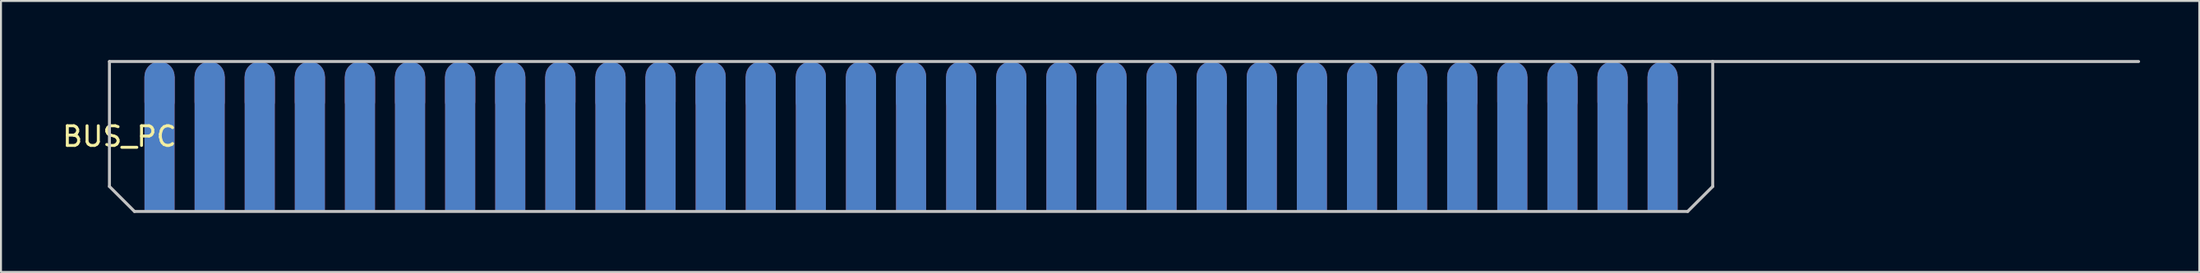
<source format=kicad_pcb>
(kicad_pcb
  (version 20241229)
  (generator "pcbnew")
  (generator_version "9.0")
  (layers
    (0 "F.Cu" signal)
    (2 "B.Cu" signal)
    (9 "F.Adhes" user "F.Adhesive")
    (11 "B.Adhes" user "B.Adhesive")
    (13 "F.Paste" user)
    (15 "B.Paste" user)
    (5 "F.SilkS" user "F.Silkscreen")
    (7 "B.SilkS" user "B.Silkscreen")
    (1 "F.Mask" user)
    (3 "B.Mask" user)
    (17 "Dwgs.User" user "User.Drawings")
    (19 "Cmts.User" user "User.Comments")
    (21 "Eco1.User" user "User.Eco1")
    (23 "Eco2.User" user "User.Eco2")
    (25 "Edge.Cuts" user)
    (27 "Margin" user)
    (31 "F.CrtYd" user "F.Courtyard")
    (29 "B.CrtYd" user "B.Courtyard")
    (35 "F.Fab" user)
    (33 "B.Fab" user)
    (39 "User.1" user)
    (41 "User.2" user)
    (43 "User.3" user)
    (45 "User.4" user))
  (footprint "BUS_PC"
    (layer "F.Cu")
    (at 43.138 3.886)
    (property "Reference" "BUS_PC" (at -40.132 0 0) (layer "F.SilkS") (effects (font (size 1 1) (thickness 0.15))))
    (attr through_hole)
    (fp_line (start -38.1 -3.048) (end -38.1 -1.778) (stroke (width 1.524) (type solid)) (layer "F.Cu"))
    (fp_line (start -35.56 -3.048) (end -35.56 -1.778) (stroke (width 1.524) (type solid)) (layer "F.Cu"))
    (fp_line (start -33.02 -3.048) (end -33.02 -1.778) (stroke (width 1.524) (type solid)) (layer "F.Cu"))
    (fp_line (start -30.48 -3.048) (end -30.48 -1.778) (stroke (width 1.524) (type solid)) (layer "F.Cu"))
    (fp_line (start -27.94 -3.048) (end -27.94 -1.778) (stroke (width 1.524) (type solid)) (layer "F.Cu"))
    (fp_line (start -25.4 -3.048) (end -25.4 -1.778) (stroke (width 1.524) (type solid)) (layer "F.Cu"))
    (fp_line (start -22.86 -3.048) (end -22.86 -1.778) (stroke (width 1.524) (type solid)) (layer "F.Cu"))
    (fp_line (start -20.32 -3.048) (end -20.32 -1.778) (stroke (width 1.524) (type solid)) (layer "F.Cu"))
    (fp_line (start -17.78 -3.048) (end -17.78 -1.778) (stroke (width 1.524) (type solid)) (layer "F.Cu"))
    (fp_line (start -15.24 -3.048) (end -15.24 -1.778) (stroke (width 1.524) (type solid)) (layer "F.Cu"))
    (fp_line (start -12.7 -3.048) (end -12.7 -1.778) (stroke (width 1.524) (type solid)) (layer "F.Cu"))
    (fp_line (start -10.16 -3.048) (end -10.16 -1.778) (stroke (width 1.524) (type solid)) (layer "F.Cu"))
    (fp_line (start -7.62 -3.048) (end -7.62 -1.778) (stroke (width 1.524) (type solid)) (layer "F.Cu"))
    (fp_line (start -5.08 -3.048) (end -5.08 -1.778) (stroke (width 1.524) (type solid)) (layer "F.Cu"))
    (fp_line (start -2.54 -3.048) (end -2.54 -1.778) (stroke (width 1.524) (type solid)) (layer "F.Cu"))
    (fp_line (start 0 -3.048) (end 0 -1.778) (stroke (width 1.524) (type solid)) (layer "F.Cu"))
    (fp_line (start 2.54 -3.048) (end 2.54 -1.778) (stroke (width 1.524) (type solid)) (layer "F.Cu"))
    (fp_line (start 5.08 -3.048) (end 5.08 -1.778) (stroke (width 1.524) (type solid)) (layer "F.Cu"))
    (fp_line (start 7.62 -3.048) (end 7.62 -1.778) (stroke (width 1.524) (type solid)) (layer "F.Cu"))
    (fp_line (start 10.16 -3.048) (end 10.16 -1.778) (stroke (width 1.524) (type solid)) (layer "F.Cu"))
    (fp_line (start 12.7 -3.048) (end 12.7 -1.778) (stroke (width 1.524) (type solid)) (layer "F.Cu"))
    (fp_line (start 15.24 -3.048) (end 15.24 -1.778) (stroke (width 1.524) (type solid)) (layer "F.Cu"))
    (fp_line (start 17.78 -3.048) (end 17.78 -1.778) (stroke (width 1.524) (type solid)) (layer "F.Cu"))
    (fp_line (start 20.32 -3.048) (end 20.32 -1.778) (stroke (width 1.524) (type solid)) (layer "F.Cu"))
    (fp_line (start 22.86 -3.048) (end 22.86 -1.778) (stroke (width 1.524) (type solid)) (layer "F.Cu"))
    (fp_line (start 25.4 -3.048) (end 25.4 -1.778) (stroke (width 1.524) (type solid)) (layer "F.Cu"))
    (fp_line (start 27.94 -3.048) (end 27.94 -1.778) (stroke (width 1.524) (type solid)) (layer "F.Cu"))
    (fp_line (start 30.48 -3.048) (end 30.48 -1.778) (stroke (width 1.524) (type solid)) (layer "F.Cu"))
    (fp_line (start 33.02 -3.048) (end 33.02 -1.778) (stroke (width 1.524) (type solid)) (layer "F.Cu"))
    (fp_line (start 35.56 -3.048) (end 35.56 -1.778) (stroke (width 1.524) (type solid)) (layer "F.Cu"))
    (fp_line (start 38.1 -3.048) (end 38.1 -1.778) (stroke (width 1.524) (type solid)) (layer "F.Cu"))
    (fp_line (start -38.1 -3.048) (end -38.1 -1.778) (stroke (width 1.524) (type solid)) (layer "B.Cu"))
    (fp_line (start -35.56 -3.048) (end -35.56 -1.778) (stroke (width 1.524) (type solid)) (layer "B.Cu"))
    (fp_line (start -33.02 -3.048) (end -33.02 -1.778) (stroke (width 1.524) (type solid)) (layer "B.Cu"))
    (fp_line (start -30.48 -3.048) (end -30.48 -1.778) (stroke (width 1.524) (type solid)) (layer "B.Cu"))
    (fp_line (start -27.94 -3.048) (end -27.94 -1.778) (stroke (width 1.524) (type solid)) (layer "B.Cu"))
    (fp_line (start -25.4 -3.048) (end -25.4 -1.778) (stroke (width 1.524) (type solid)) (layer "B.Cu"))
    (fp_line (start -22.86 -3.048) (end -22.86 -1.778) (stroke (width 1.524) (type solid)) (layer "B.Cu"))
    (fp_line (start -20.32 -3.048) (end -20.32 -1.778) (stroke (width 1.524) (type solid)) (layer "B.Cu"))
    (fp_line (start -17.78 -3.048) (end -17.78 -1.778) (stroke (width 1.524) (type solid)) (layer "B.Cu"))
    (fp_line (start -15.24 -3.048) (end -15.24 -1.778) (stroke (width 1.524) (type solid)) (layer "B.Cu"))
    (fp_line (start -12.7 -3.048) (end -12.7 -1.778) (stroke (width 1.524) (type solid)) (layer "B.Cu"))
    (fp_line (start -10.16 -3.048) (end -10.16 -1.778) (stroke (width 1.524) (type solid)) (layer "B.Cu"))
    (fp_line (start -7.62 -3.048) (end -7.62 -1.778) (stroke (width 1.524) (type solid)) (layer "B.Cu"))
    (fp_line (start -5.08 -3.048) (end -5.08 -1.778) (stroke (width 1.524) (type solid)) (layer "B.Cu"))
    (fp_line (start -2.54 -3.048) (end -2.54 -1.778) (stroke (width 1.524) (type solid)) (layer "B.Cu"))
    (fp_line (start 0 -3.048) (end 0 -1.778) (stroke (width 1.524) (type solid)) (layer "B.Cu"))
    (fp_line (start 2.54 -3.048) (end 2.54 -1.778) (stroke (width 1.524) (type solid)) (layer "B.Cu"))
    (fp_line (start 5.08 -3.048) (end 5.08 -1.778) (stroke (width 1.524) (type solid)) (layer "B.Cu"))
    (fp_line (start 7.62 -3.048) (end 7.62 -1.778) (stroke (width 1.524) (type solid)) (layer "B.Cu"))
    (fp_line (start 10.16 -3.048) (end 10.16 -1.778) (stroke (width 1.524) (type solid)) (layer "B.Cu"))
    (fp_line (start 12.7 -3.048) (end 12.7 -1.778) (stroke (width 1.524) (type solid)) (layer "B.Cu"))
    (fp_line (start 15.24 -3.048) (end 15.24 -1.778) (stroke (width 1.524) (type solid)) (layer "B.Cu"))
    (fp_line (start 17.78 -3.048) (end 17.78 -1.778) (stroke (width 1.524) (type solid)) (layer "B.Cu"))
    (fp_line (start 20.32 -3.048) (end 20.32 -1.778) (stroke (width 1.524) (type solid)) (layer "B.Cu"))
    (fp_line (start 22.86 -3.048) (end 22.86 -1.778) (stroke (width 1.524) (type solid)) (layer "B.Cu"))
    (fp_line (start 25.4 -3.048) (end 25.4 -1.778) (stroke (width 1.524) (type solid)) (layer "B.Cu"))
    (fp_line (start 27.94 -3.048) (end 27.94 -1.778) (stroke (width 1.524) (type solid)) (layer "B.Cu"))
    (fp_line (start 30.48 -3.048) (end 30.48 -1.778) (stroke (width 1.524) (type solid)) (layer "B.Cu"))
    (fp_line (start 33.02 -3.048) (end 33.02 -1.778) (stroke (width 1.524) (type solid)) (layer "B.Cu"))
    (fp_line (start 35.56 -3.048) (end 35.56 -1.778) (stroke (width 1.524) (type solid)) (layer "B.Cu"))
    (fp_line (start 38.1 -3.048) (end 38.1 -1.778) (stroke (width 1.524) (type solid)) (layer "B.Cu"))
    (fp_line (start -40.64 -3.81) (end 40.64 -3.81) (stroke (width 0.15) (type solid)) (layer "Dwgs.User"))
    (fp_line (start -40.64 2.54) (end -40.64 -3.81) (stroke (width 0.15) (type solid)) (layer "Dwgs.User"))
    (fp_line (start -39.37 3.81) (end -40.64 2.54) (stroke (width 0.152) (type solid)) (layer "Dwgs.User"))
    (fp_line (start 39.37 3.81) (end -39.37 3.81) (stroke (width 0.15) (type solid)) (layer "Dwgs.User"))
    (fp_line (start 40.64 -3.81) (end 40.64 2.54) (stroke (width 0.15) (type solid)) (layer "Dwgs.User"))
    (fp_line (start 40.64 2.54) (end 39.37 3.81) (stroke (width 0.152) (type solid)) (layer "Dwgs.User"))
    (fp_line (start 62.23 -3.81) (end 40.64 -3.81) (stroke (width 0.152) (type solid)) (layer "Dwgs.User"))
    (pad "1" connect rect (at 38.1 0.381) (size 1.524 6.858) (layers "B.Cu" "B.Mask"))
    (pad "2" connect rect (at 35.56 0.381) (size 1.524 6.858) (layers "B.Cu" "B.Mask"))
    (pad "3" connect rect (at 33.02 0.381) (size 1.524 6.858) (layers "B.Cu" "B.Mask"))
    (pad "4" connect rect (at 30.48 0.381) (size 1.524 6.858) (layers "B.Cu" "B.Mask"))
    (pad "5" connect rect (at 27.94 0.381) (size 1.524 6.858) (layers "B.Cu" "B.Mask"))
    (pad "6" connect rect (at 25.4 0.381) (size 1.524 6.858) (layers "B.Cu" "B.Mask"))
    (pad "7" connect rect (at 22.86 0.381) (size 1.524 6.858) (layers "B.Cu" "B.Mask"))
    (pad "8" connect rect (at 20.32 0.381) (size 1.524 6.858) (layers "B.Cu" "B.Mask"))
    (pad "9" connect rect (at 17.78 0.381) (size 1.524 6.858) (layers "B.Cu" "B.Mask"))
    (pad "10" connect rect (at 15.24 0.381) (size 1.524 6.858) (layers "B.Cu" "B.Mask"))
    (pad "11" connect rect (at 12.7 0.381) (size 1.524 6.858) (layers "B.Cu" "B.Mask"))
    (pad "12" connect rect (at 10.16 0.381) (size 1.524 6.858) (layers "B.Cu" "B.Mask"))
    (pad "13" connect rect (at 7.62 0.381) (size 1.524 6.858) (layers "B.Cu" "B.Mask"))
    (pad "14" connect rect (at 5.08 0.381) (size 1.524 6.858) (layers "B.Cu" "B.Mask"))
    (pad "15" connect rect (at 2.54 0.381) (size 1.524 6.858) (layers "B.Cu" "B.Mask"))
    (pad "16" connect rect (at 0 0.381) (size 1.524 6.858) (layers "B.Cu" "B.Mask"))
    (pad "17" connect rect (at -2.54 0.381) (size 1.524 6.858) (layers "B.Cu" "B.Mask"))
    (pad "18" connect rect (at -5.08 0.381) (size 1.524 6.858) (layers "B.Cu" "B.Mask"))
    (pad "19" connect rect (at -7.62 0.381) (size 1.524 6.858) (layers "B.Cu" "B.Mask"))
    (pad "20" connect rect (at -10.16 0.381) (size 1.524 6.858) (layers "B.Cu" "B.Mask"))
    (pad "21" connect rect (at -12.7 0.381) (size 1.524 6.858) (layers "B.Cu" "B.Mask"))
    (pad "22" connect rect (at -15.24 0.381) (size 1.524 6.858) (layers "B.Cu" "B.Mask"))
    (pad "23" connect rect (at -17.78 0.381) (size 1.524 6.858) (layers "B.Cu" "B.Mask"))
    (pad "24" connect rect (at -20.32 0.381) (size 1.524 6.858) (layers "B.Cu" "B.Mask"))
    (pad "25" connect rect (at -22.86 0.381) (size 1.524 6.858) (layers "B.Cu" "B.Mask"))
    (pad "26" connect rect (at -25.4 0.381) (size 1.524 6.858) (layers "B.Cu" "B.Mask"))
    (pad "27" connect rect (at -27.94 0.381) (size 1.524 6.858) (layers "B.Cu" "B.Mask"))
    (pad "28" connect rect (at -30.48 0.381) (size 1.524 6.858) (layers "B.Cu" "B.Mask"))
    (pad "29" connect rect (at -33.02 0.381) (size 1.524 6.858) (layers "B.Cu" "B.Mask"))
    (pad "30" connect rect (at -35.56 0.381) (size 1.524 6.858) (layers "B.Cu" "B.Mask"))
    (pad "31" connect rect (at -38.1 0.381) (size 1.524 6.858) (layers "B.Cu" "B.Mask"))
    (pad "32" connect rect (at 38.1 0.381) (size 1.524 6.858) (layers "F.Cu" "F.Mask"))
    (pad "33" connect rect (at 35.56 0.381) (size 1.524 6.858) (layers "F.Cu" "F.Mask"))
    (pad "34" connect rect (at 33.02 0.381) (size 1.524 6.858) (layers "F.Cu" "F.Mask"))
    (pad "35" connect rect (at 30.48 0.381) (size 1.524 6.858) (layers "F.Cu" "F.Mask"))
    (pad "36" connect rect (at 27.94 0.381) (size 1.524 6.858) (layers "F.Cu" "F.Mask"))
    (pad "37" connect rect (at 25.4 0.381) (size 1.524 6.858) (layers "F.Cu" "F.Mask"))
    (pad "38" connect rect (at 22.86 0.381) (size 1.524 6.858) (layers "F.Cu" "F.Mask"))
    (pad "39" connect rect (at 20.32 0.381) (size 1.524 6.858) (layers "F.Cu" "F.Mask"))
    (pad "40" connect rect (at 17.78 0.381) (size 1.524 6.858) (layers "F.Cu" "F.Mask"))
    (pad "41" connect rect (at 15.24 0.381) (size 1.524 6.858) (layers "F.Cu" "F.Mask"))
    (pad "42" connect rect (at 12.7 0.381) (size 1.524 6.858) (layers "F.Cu" "F.Mask"))
    (pad "43" connect rect (at 10.16 0.381) (size 1.524 6.858) (layers "F.Cu" "F.Mask"))
    (pad "44" connect rect (at 7.62 0.381) (size 1.524 6.858) (layers "F.Cu" "F.Mask"))
    (pad "45" connect rect (at 5.08 0.381) (size 1.524 6.858) (layers "F.Cu" "F.Mask"))
    (pad "46" connect rect (at 2.54 0.381) (size 1.524 6.858) (layers "F.Cu" "F.Mask"))
    (pad "47" connect rect (at 0 0.381) (size 1.524 6.858) (layers "F.Cu" "F.Mask"))
    (pad "48" connect rect (at -2.54 0.381) (size 1.524 6.858) (layers "F.Cu" "F.Mask"))
    (pad "49" connect rect (at -5.08 0.381) (size 1.524 6.858) (layers "F.Cu" "F.Mask"))
    (pad "50" connect rect (at -7.62 0.381) (size 1.524 6.858) (layers "F.Cu" "F.Mask"))
    (pad "51" connect rect (at -10.16 0.381) (size 1.524 6.858) (layers "F.Cu" "F.Mask"))
    (pad "52" connect rect (at -12.7 0.381) (size 1.524 6.858) (layers "F.Cu" "F.Mask"))
    (pad "53" connect rect (at -15.24 0.381) (size 1.524 6.858) (layers "F.Cu" "F.Mask"))
    (pad "54" connect rect (at -17.78 0.381) (size 1.524 6.858) (layers "F.Cu" "F.Mask"))
    (pad "55" connect rect (at -20.32 0.381) (size 1.524 6.858) (layers "F.Cu" "F.Mask"))
    (pad "56" connect rect (at -22.86 0.381) (size 1.524 6.858) (layers "F.Cu" "F.Mask"))
    (pad "57" connect rect (at -25.4 0.381) (size 1.524 6.858) (layers "F.Cu" "F.Mask"))
    (pad "58" connect rect (at -27.94 0.381) (size 1.524 6.858) (layers "F.Cu" "F.Mask"))
    (pad "59" connect rect (at -30.48 0.381) (size 1.524 6.858) (layers "F.Cu" "F.Mask"))
    (pad "60" connect rect (at -33.02 0.381) (size 1.524 6.858) (layers "F.Cu" "F.Mask"))
    (pad "61" connect rect (at -35.56 0.381) (size 1.524 6.858) (layers "F.Cu" "F.Mask"))
    (pad "62" connect rect (at -38.1 0.381) (size 1.524 6.858) (layers "F.Cu" "F.Mask")))
  (gr_rect
    (start -3 -3)
    (end 108.444 10.772)
    (stroke (width 0.1) (type default))
    (fill no)
    (layer "Edge.Cuts")))
</source>
